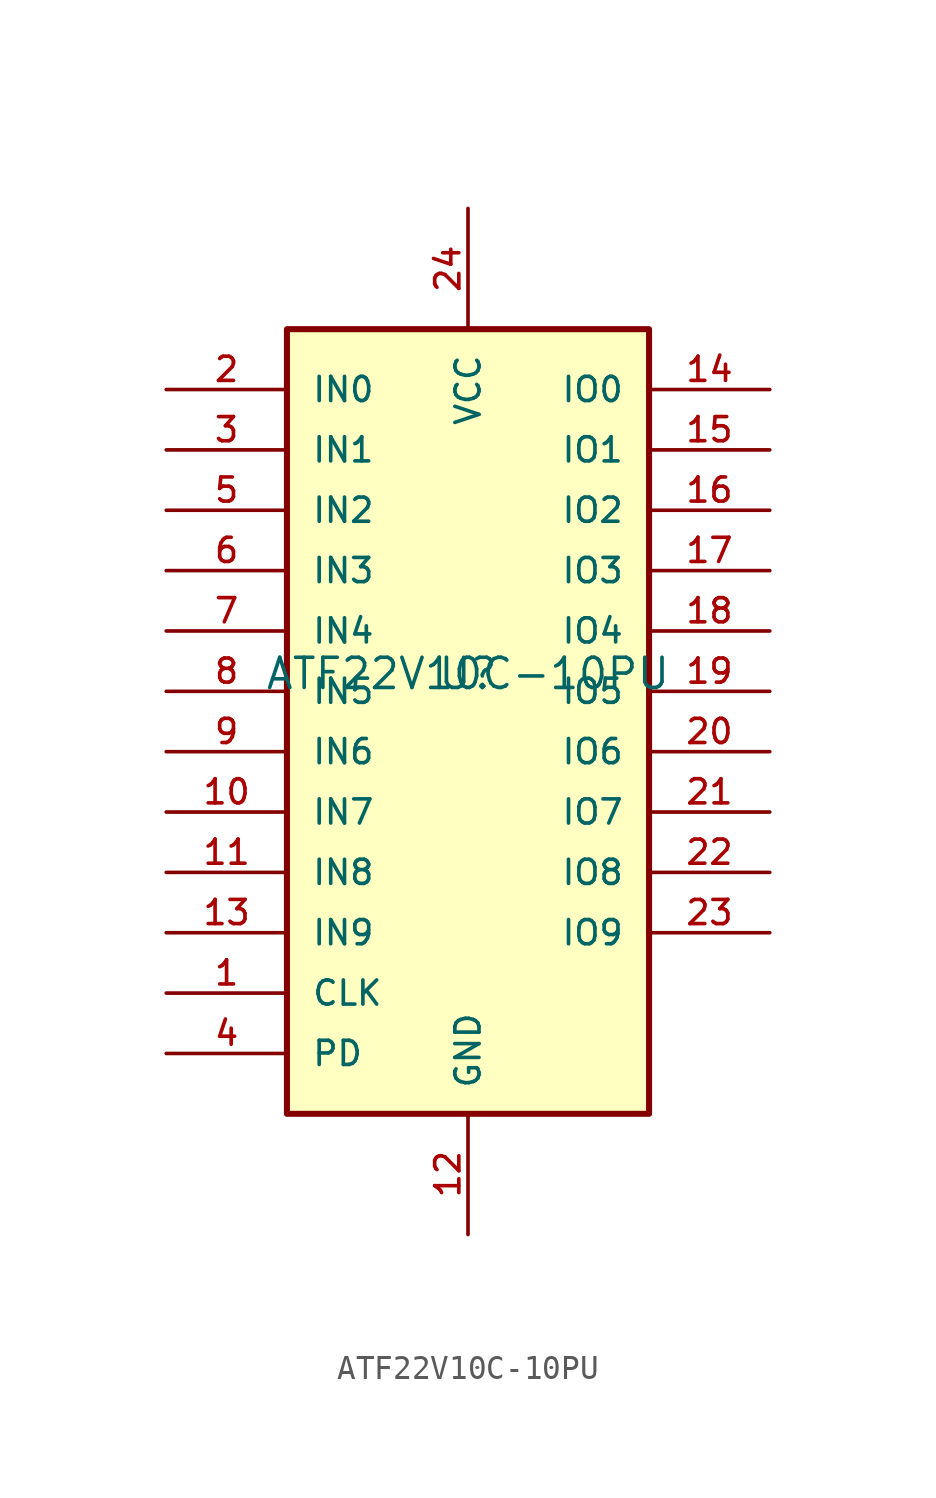
<source format=kicad_sym>
(kicad_symbol_lib
  (version 20211014)
  (generator kicad_symbol_editor)
  (symbol "ATF22V10C-10PU"
    (pin_names
      (offset 1.016))
    (property "Reference" "U"
      (at 0 0 0)
      (effects (font (size 1.27 1.27)) (justify bottom)))
    (property "Value" "ATF22V10C-10PU"
      (at 0 0.0 0)
      (effects (font (size 1.27 1.27)) (justify bottom)))
    (symbol "ATF22V10C-10PU_0_0"
      (rectangle (start -7.62 -17.78) (end 7.62 15.24) (stroke (width 0.254)) (fill (type background)))
      (pin bidirectional line (at 0.0 20.32 270.0) (length 5.08) (name "VCC" (effects (font (size 1.016 1.016)))) (number "24" (effects (font (size 1.016 1.016)))))
      (pin bidirectional line (at 0.0 -22.86 90.0) (length 5.08) (name "GND" (effects (font (size 1.016 1.016)))) (number "12" (effects (font (size 1.016 1.016)))))
      (pin bidirectional line (at -12.7 12.7 0) (length 5.08) (name "IN0" (effects (font (size 1.016 1.016)))) (number "2" (effects (font (size 1.016 1.016)))))
      (pin bidirectional line (at -12.7 10.16 0) (length 5.08) (name "IN1" (effects (font (size 1.016 1.016)))) (number "3" (effects (font (size 1.016 1.016)))))
      (pin bidirectional line (at -12.7 7.62 0) (length 5.08) (name "IN2" (effects (font (size 1.016 1.016)))) (number "5" (effects (font (size 1.016 1.016)))))
      (pin bidirectional line (at -12.7 5.08 0) (length 5.08) (name "IN3" (effects (font (size 1.016 1.016)))) (number "6" (effects (font (size 1.016 1.016)))))
      (pin bidirectional line (at -12.7 2.54 0) (length 5.08) (name "IN4" (effects (font (size 1.016 1.016)))) (number "7" (effects (font (size 1.016 1.016)))))
      (pin bidirectional line (at -12.7 0.0 0) (length 5.08) (name "IN5" (effects (font (size 1.016 1.016)))) (number "8" (effects (font (size 1.016 1.016)))))
      (pin bidirectional line (at -12.7 -2.54 0) (length 5.08) (name "IN6" (effects (font (size 1.016 1.016)))) (number "9" (effects (font (size 1.016 1.016)))))
      (pin bidirectional line (at -12.7 -5.08 0) (length 5.08) (name "IN7" (effects (font (size 1.016 1.016)))) (number "10" (effects (font (size 1.016 1.016)))))
      (pin bidirectional line (at -12.7 -7.62 0) (length 5.08) (name "IN8" (effects (font (size 1.016 1.016)))) (number "11" (effects (font (size 1.016 1.016)))))
      (pin bidirectional line (at -12.7 -10.16 0) (length 5.08) (name "IN9" (effects (font (size 1.016 1.016)))) (number "13" (effects (font (size 1.016 1.016)))))
      (pin bidirectional line (at -12.7 -12.7 0) (length 5.08) (name "CLK" (effects (font (size 1.016 1.016)))) (number "1" (effects (font (size 1.016 1.016)))))
      (pin bidirectional line (at -12.7 -15.24 0) (length 5.08) (name "PD" (effects (font (size 1.016 1.016)))) (number "4" (effects (font (size 1.016 1.016)))))
      (pin bidirectional line (at 12.7 12.7 180.0) (length 5.08) (name "IO0" (effects (font (size 1.016 1.016)))) (number "14" (effects (font (size 1.016 1.016)))))
      (pin bidirectional line (at 12.7 10.16 180.0) (length 5.08) (name "IO1" (effects (font (size 1.016 1.016)))) (number "15" (effects (font (size 1.016 1.016)))))
      (pin bidirectional line (at 12.7 7.62 180.0) (length 5.08) (name "IO2" (effects (font (size 1.016 1.016)))) (number "16" (effects (font (size 1.016 1.016)))))
      (pin bidirectional line (at 12.7 5.08 180.0) (length 5.08) (name "IO3" (effects (font (size 1.016 1.016)))) (number "17" (effects (font (size 1.016 1.016)))))
      (pin bidirectional line (at 12.7 2.54 180.0) (length 5.08) (name "IO4" (effects (font (size 1.016 1.016)))) (number "18" (effects (font (size 1.016 1.016)))))
      (pin bidirectional line (at 12.7 0.0 180.0) (length 5.08) (name "IO5" (effects (font (size 1.016 1.016)))) (number "19" (effects (font (size 1.016 1.016)))))
      (pin bidirectional line (at 12.7 -2.54 180.0) (length 5.08) (name "IO6" (effects (font (size 1.016 1.016)))) (number "20" (effects (font (size 1.016 1.016)))))
      (pin bidirectional line (at 12.7 -5.08 180.0) (length 5.08) (name "IO7" (effects (font (size 1.016 1.016)))) (number "21" (effects (font (size 1.016 1.016)))))
      (pin bidirectional line (at 12.7 -7.62 180.0) (length 5.08) (name "IO8" (effects (font (size 1.016 1.016)))) (number "22" (effects (font (size 1.016 1.016)))))
      (pin bidirectional line (at 12.7 -10.16 180.0) (length 5.08) (name "IO9" (effects (font (size 1.016 1.016)))) (number "23" (effects (font (size 1.016 1.016))))))))
</source>
